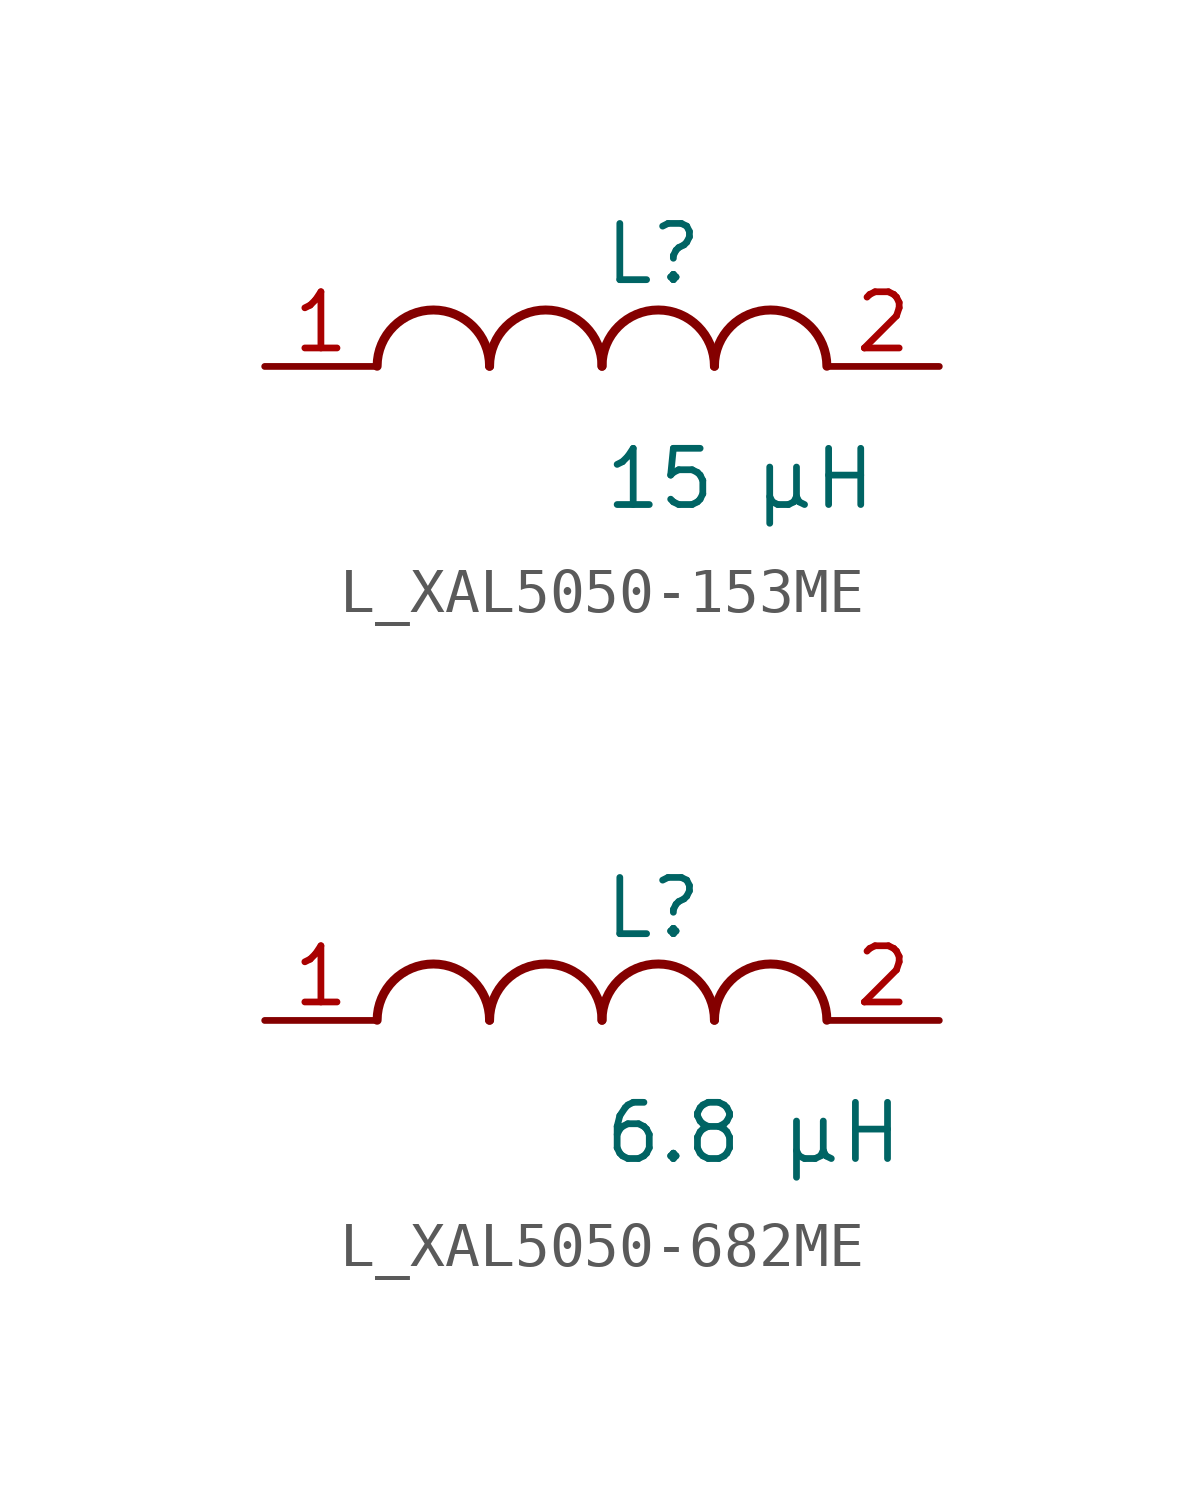
<source format=kicad_sym>
(kicad_symbol_lib
  (version 20231120)
  (generator kicad_symbol_editor)
  (generator_version 8.0)
  (symbol "L_XAL5050-153ME"
    (pin_names
      (offset 0.254))
    (property "Reference" "L"
      (at 0 2.54 0)
      (effects (font (size 1.27 1.27)) (justify left)))
    (property "Value" "15 µH"
      (at 0 -2.54 0)
      (effects (font (size 1.27 1.27)) (justify left)))
    (symbol "L_XAL5050-153ME_1_1"
      (arc (start -2.54 0.0056) (mid -3.81 1.27) (end -5.08 0.0056) (stroke (width 0.2032) (type default)) (fill (type none)))
      (arc (start 0 0.0056) (mid -1.27 1.27) (end -2.54 0.0056) (stroke (width 0.2032) (type default)) (fill (type none)))
      (arc (start 2.54 0.0056) (mid 1.27 1.27) (end 0 0.0056) (stroke (width 0.2032) (type default)) (fill (type none)))
      (arc (start 5.08 0.0056) (mid 3.81 1.27) (end 2.54 0.0056) (stroke (width 0.2032) (type default)) (fill (type none)))
      (pin unspecified line (at -7.62 0 0) (length 2.54) (name "" (effects (font (size 1.27 1.27)))) (number "1" (effects (font (size 1.27 1.27)))))
      (pin unspecified line (at 7.62 0 180) (length 2.54) (name "" (effects (font (size 1.27 1.27)))) (number "2" (effects (font (size 1.27 1.27)))))))
  (symbol "L_XAL5050-682ME"
    (pin_names
      (offset 0.254))
    (property "Reference" "L"
      (at 0 2.54 0)
      (effects (font (size 1.27 1.27)) (justify left)))
    (property "Value" "6.8 µH"
      (at 0 -2.54 0)
      (effects (font (size 1.27 1.27)) (justify left)))
    (symbol "L_XAL5050-682ME_1_1"
      (arc (start -2.54 0.0056) (mid -3.81 1.27) (end -5.08 0.0056) (stroke (width 0.2032) (type default)) (fill (type none)))
      (arc (start 0 0.0056) (mid -1.27 1.27) (end -2.54 0.0056) (stroke (width 0.2032) (type default)) (fill (type none)))
      (arc (start 2.54 0.0056) (mid 1.27 1.27) (end 0 0.0056) (stroke (width 0.2032) (type default)) (fill (type none)))
      (arc (start 5.08 0.0056) (mid 3.81 1.27) (end 2.54 0.0056) (stroke (width 0.2032) (type default)) (fill (type none)))
      (pin unspecified line (at -7.62 0 0) (length 2.54) (name "" (effects (font (size 1.27 1.27)))) (number "1" (effects (font (size 1.27 1.27)))))
      (pin unspecified line (at 7.62 0 180) (length 2.54) (name "" (effects (font (size 1.27 1.27)))) (number "2" (effects (font (size 1.27 1.27))))))))
</source>
